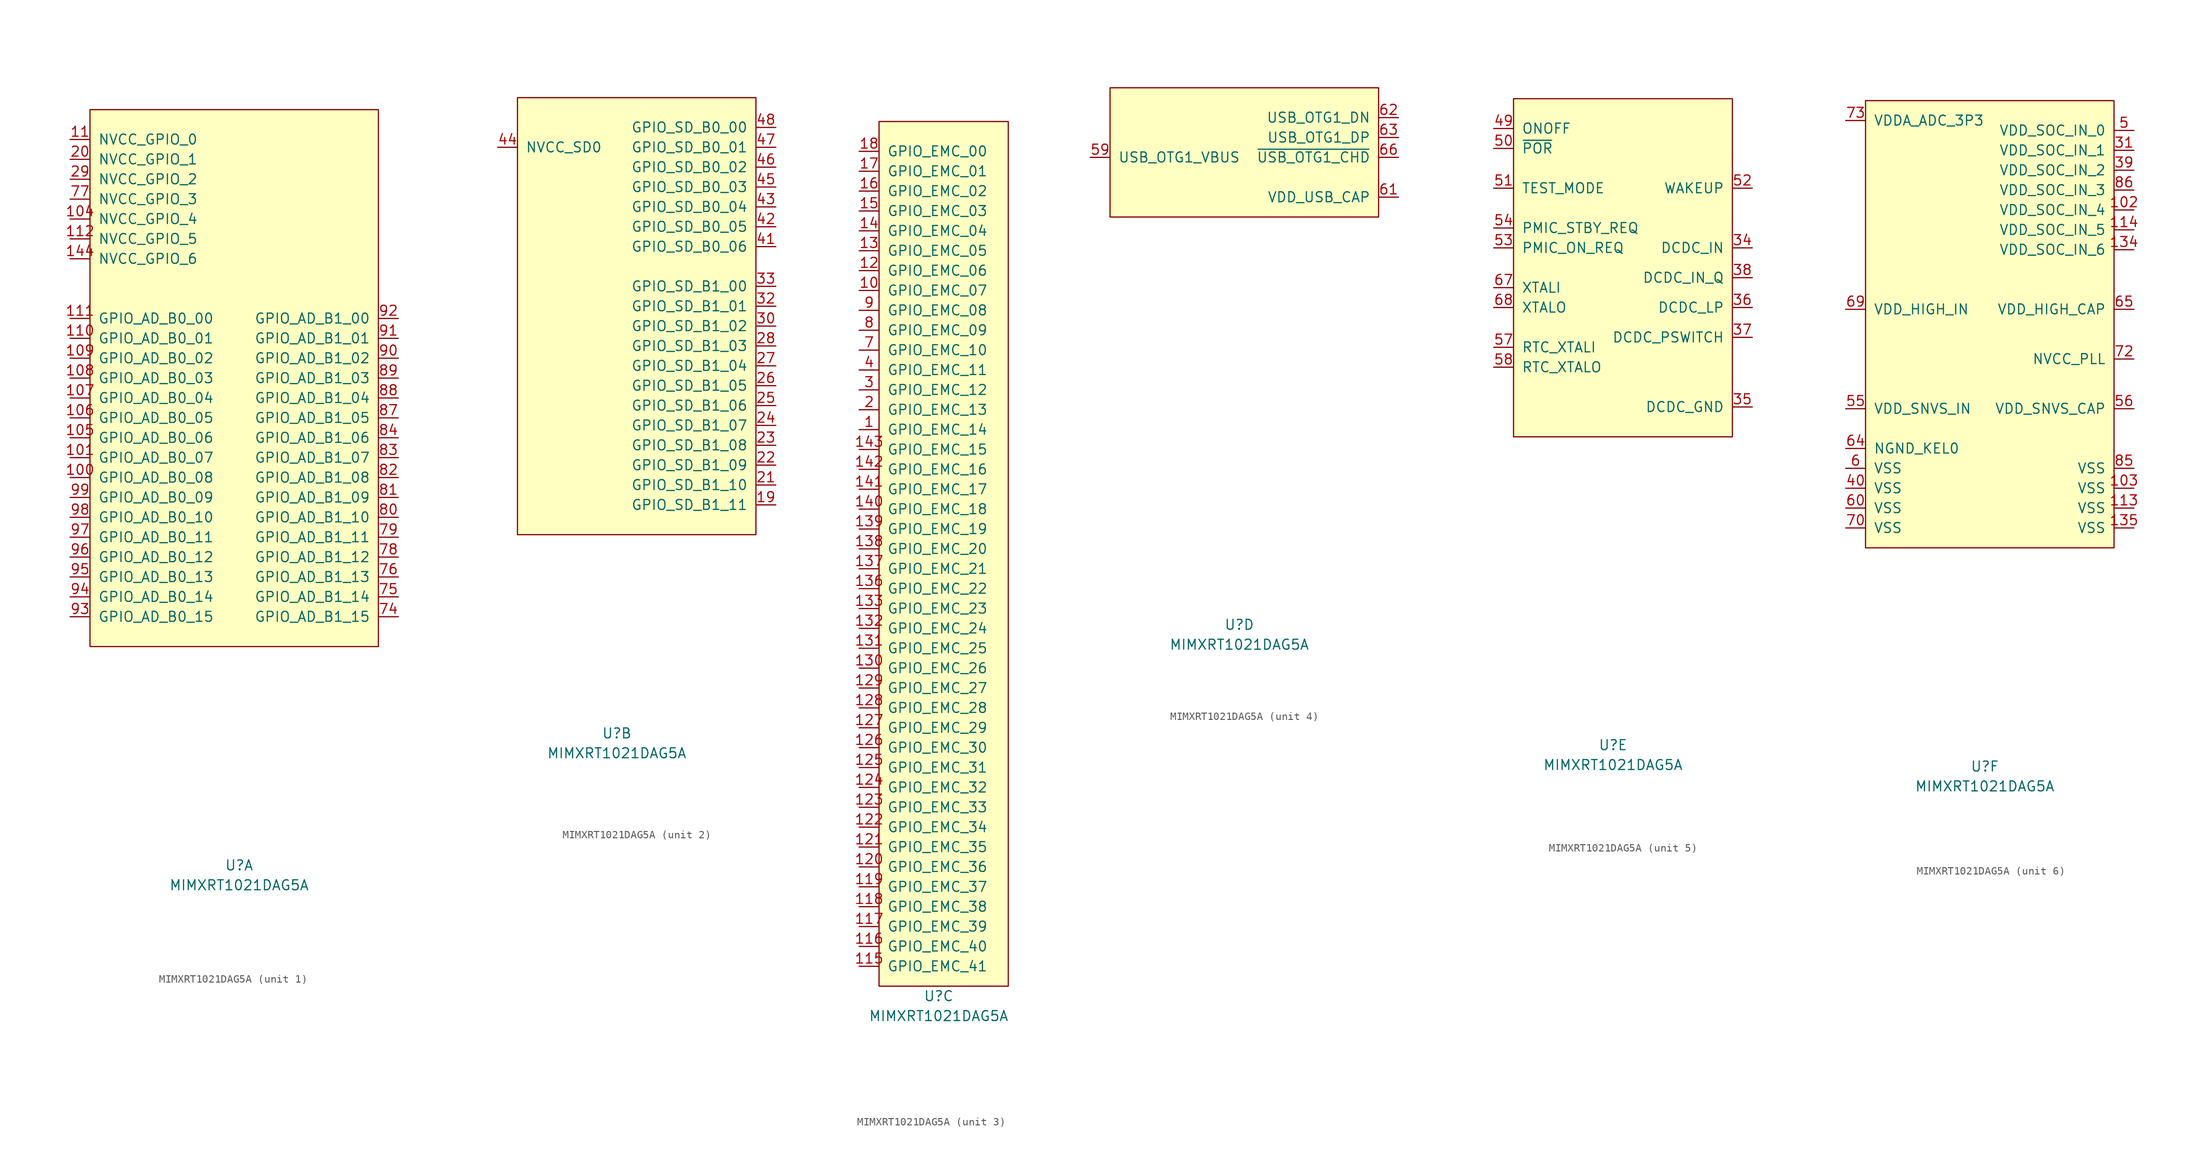
<source format=kicad_sym>
(kicad_symbol_lib
  (version 20211014)
  (generator kicad_symbol_editor)
  (symbol "MIMXRT1021DAG5A"
    (pin_names
      (offset 1.016))
    (property "Reference" "U"
      (at 0 -59.69 0)
      (effects (font (size 1.27 1.27))))
    (property "Value" "MIMXRT1021DAG5A"
      (at 0 -62.23 0)
      (effects (font (size 1.27 1.27))))
    (property "ki_locked" ""
      (at 0 0 0)
      (effects (font (size 1.27 1.27))))
    (symbol "MIMXRT1021DAG5A_1_1"
      (rectangle (start -19.05 36.83) (end 17.78 -31.75) (stroke (width 0) (type default) (color 0 0 0 0)) (fill (type background)))
      (pin bidirectional line (at -21.59 -10.16 0) (length 2.54) (name "GPIO_AD_B0_08" (effects (font (size 1.27 1.27)))) (number "100" (effects (font (size 1.27 1.27)))))
      (pin bidirectional line (at -21.59 -7.62 0) (length 2.54) (name "GPIO_AD_B0_07" (effects (font (size 1.27 1.27)))) (number "101" (effects (font (size 1.27 1.27)))))
      (pin power_in line (at -21.59 22.86 0) (length 2.54) (name "NVCC_GPIO_4" (effects (font (size 1.27 1.27)))) (number "104" (effects (font (size 1.27 1.27)))))
      (pin bidirectional line (at -21.59 -5.08 0) (length 2.54) (name "GPIO_AD_B0_06" (effects (font (size 1.27 1.27)))) (number "105" (effects (font (size 1.27 1.27)))))
      (pin bidirectional line (at -21.59 -2.54 0) (length 2.54) (name "GPIO_AD_B0_05" (effects (font (size 1.27 1.27)))) (number "106" (effects (font (size 1.27 1.27)))))
      (pin bidirectional line (at -21.59 0 0) (length 2.54) (name "GPIO_AD_B0_04" (effects (font (size 1.27 1.27)))) (number "107" (effects (font (size 1.27 1.27)))))
      (pin bidirectional line (at -21.59 2.54 0) (length 2.54) (name "GPIO_AD_B0_03" (effects (font (size 1.27 1.27)))) (number "108" (effects (font (size 1.27 1.27)))))
      (pin bidirectional line (at -21.59 5.08 0) (length 2.54) (name "GPIO_AD_B0_02" (effects (font (size 1.27 1.27)))) (number "109" (effects (font (size 1.27 1.27)))))
      (pin power_in line (at -21.59 33.02 0) (length 2.54) (name "NVCC_GPIO_0" (effects (font (size 1.27 1.27)))) (number "11" (effects (font (size 1.27 1.27)))))
      (pin bidirectional line (at -21.59 7.62 0) (length 2.54) (name "GPIO_AD_B0_01" (effects (font (size 1.27 1.27)))) (number "110" (effects (font (size 1.27 1.27)))))
      (pin bidirectional line (at -21.59 10.16 0) (length 2.54) (name "GPIO_AD_B0_00" (effects (font (size 1.27 1.27)))) (number "111" (effects (font (size 1.27 1.27)))))
      (pin power_in line (at -21.59 20.32 0) (length 2.54) (name "NVCC_GPIO_5" (effects (font (size 1.27 1.27)))) (number "112" (effects (font (size 1.27 1.27)))))
      (pin power_in line (at -21.59 17.78 0) (length 2.54) (name "NVCC_GPIO_6" (effects (font (size 1.27 1.27)))) (number "144" (effects (font (size 1.27 1.27)))))
      (pin power_in line (at -21.59 30.48 0) (length 2.54) (name "NVCC_GPIO_1" (effects (font (size 1.27 1.27)))) (number "20" (effects (font (size 1.27 1.27)))))
      (pin power_in line (at -21.59 27.94 0) (length 2.54) (name "NVCC_GPIO_2" (effects (font (size 1.27 1.27)))) (number "29" (effects (font (size 1.27 1.27)))))
      (pin bidirectional line (at 20.32 -27.94 180) (length 2.54) (name "GPIO_AD_B1_15" (effects (font (size 1.27 1.27)))) (number "74" (effects (font (size 1.27 1.27)))))
      (pin bidirectional line (at 20.32 -25.4 180) (length 2.54) (name "GPIO_AD_B1_14" (effects (font (size 1.27 1.27)))) (number "75" (effects (font (size 1.27 1.27)))))
      (pin bidirectional line (at 20.32 -22.86 180) (length 2.54) (name "GPIO_AD_B1_13" (effects (font (size 1.27 1.27)))) (number "76" (effects (font (size 1.27 1.27)))))
      (pin power_in line (at -21.59 25.4 0) (length 2.54) (name "NVCC_GPIO_3" (effects (font (size 1.27 1.27)))) (number "77" (effects (font (size 1.27 1.27)))))
      (pin bidirectional line (at 20.32 -20.32 180) (length 2.54) (name "GPIO_AD_B1_12" (effects (font (size 1.27 1.27)))) (number "78" (effects (font (size 1.27 1.27)))))
      (pin bidirectional line (at 20.32 -17.78 180) (length 2.54) (name "GPIO_AD_B1_11" (effects (font (size 1.27 1.27)))) (number "79" (effects (font (size 1.27 1.27)))))
      (pin bidirectional line (at 20.32 -15.24 180) (length 2.54) (name "GPIO_AD_B1_10" (effects (font (size 1.27 1.27)))) (number "80" (effects (font (size 1.27 1.27)))))
      (pin bidirectional line (at 20.32 -12.7 180) (length 2.54) (name "GPIO_AD_B1_09" (effects (font (size 1.27 1.27)))) (number "81" (effects (font (size 1.27 1.27)))))
      (pin bidirectional line (at 20.32 -10.16 180) (length 2.54) (name "GPIO_AD_B1_08" (effects (font (size 1.27 1.27)))) (number "82" (effects (font (size 1.27 1.27)))))
      (pin bidirectional line (at 20.32 -7.62 180) (length 2.54) (name "GPIO_AD_B1_07" (effects (font (size 1.27 1.27)))) (number "83" (effects (font (size 1.27 1.27)))))
      (pin bidirectional line (at 20.32 -5.08 180) (length 2.54) (name "GPIO_AD_B1_06" (effects (font (size 1.27 1.27)))) (number "84" (effects (font (size 1.27 1.27)))))
      (pin bidirectional line (at 20.32 -2.54 180) (length 2.54) (name "GPIO_AD_B1_05" (effects (font (size 1.27 1.27)))) (number "87" (effects (font (size 1.27 1.27)))))
      (pin bidirectional line (at 20.32 0 180) (length 2.54) (name "GPIO_AD_B1_04" (effects (font (size 1.27 1.27)))) (number "88" (effects (font (size 1.27 1.27)))))
      (pin bidirectional line (at 20.32 2.54 180) (length 2.54) (name "GPIO_AD_B1_03" (effects (font (size 1.27 1.27)))) (number "89" (effects (font (size 1.27 1.27)))))
      (pin bidirectional line (at 20.32 5.08 180) (length 2.54) (name "GPIO_AD_B1_02" (effects (font (size 1.27 1.27)))) (number "90" (effects (font (size 1.27 1.27)))))
      (pin bidirectional line (at 20.32 7.62 180) (length 2.54) (name "GPIO_AD_B1_01" (effects (font (size 1.27 1.27)))) (number "91" (effects (font (size 1.27 1.27)))))
      (pin bidirectional line (at 20.32 10.16 180) (length 2.54) (name "GPIO_AD_B1_00" (effects (font (size 1.27 1.27)))) (number "92" (effects (font (size 1.27 1.27)))))
      (pin bidirectional line (at -21.59 -27.94 0) (length 2.54) (name "GPIO_AD_B0_15" (effects (font (size 1.27 1.27)))) (number "93" (effects (font (size 1.27 1.27)))))
      (pin bidirectional line (at -21.59 -25.4 0) (length 2.54) (name "GPIO_AD_B0_14" (effects (font (size 1.27 1.27)))) (number "94" (effects (font (size 1.27 1.27)))))
      (pin bidirectional line (at -21.59 -22.86 0) (length 2.54) (name "GPIO_AD_B0_13" (effects (font (size 1.27 1.27)))) (number "95" (effects (font (size 1.27 1.27)))))
      (pin bidirectional line (at -21.59 -20.32 0) (length 2.54) (name "GPIO_AD_B0_12" (effects (font (size 1.27 1.27)))) (number "96" (effects (font (size 1.27 1.27)))))
      (pin bidirectional line (at -21.59 -17.78 0) (length 2.54) (name "GPIO_AD_B0_11" (effects (font (size 1.27 1.27)))) (number "97" (effects (font (size 1.27 1.27)))))
      (pin bidirectional line (at -21.59 -15.24 0) (length 2.54) (name "GPIO_AD_B0_10" (effects (font (size 1.27 1.27)))) (number "98" (effects (font (size 1.27 1.27)))))
      (pin bidirectional line (at -21.59 -12.7 0) (length 2.54) (name "GPIO_AD_B0_09" (effects (font (size 1.27 1.27)))) (number "99" (effects (font (size 1.27 1.27))))))
    (symbol "MIMXRT1021DAG5A_2_1"
      (rectangle (start 17.78 21.59) (end -12.7 -34.29) (stroke (width 0) (type default) (color 0 0 0 0)) (fill (type background)))
      (pin bidirectional line (at 20.32 -30.48 180) (length 2.54) (name "GPIO_SD_B1_11" (effects (font (size 1.27 1.27)))) (number "19" (effects (font (size 1.27 1.27)))))
      (pin bidirectional line (at 20.32 -27.94 180) (length 2.54) (name "GPIO_SD_B1_10" (effects (font (size 1.27 1.27)))) (number "21" (effects (font (size 1.27 1.27)))))
      (pin bidirectional line (at 20.32 -25.4 180) (length 2.54) (name "GPIO_SD_B1_09" (effects (font (size 1.27 1.27)))) (number "22" (effects (font (size 1.27 1.27)))))
      (pin bidirectional line (at 20.32 -22.86 180) (length 2.54) (name "GPIO_SD_B1_08" (effects (font (size 1.27 1.27)))) (number "23" (effects (font (size 1.27 1.27)))))
      (pin bidirectional line (at 20.32 -20.32 180) (length 2.54) (name "GPIO_SD_B1_07" (effects (font (size 1.27 1.27)))) (number "24" (effects (font (size 1.27 1.27)))))
      (pin bidirectional line (at 20.32 -17.78 180) (length 2.54) (name "GPIO_SD_B1_06" (effects (font (size 1.27 1.27)))) (number "25" (effects (font (size 1.27 1.27)))))
      (pin bidirectional line (at 20.32 -15.24 180) (length 2.54) (name "GPIO_SD_B1_05" (effects (font (size 1.27 1.27)))) (number "26" (effects (font (size 1.27 1.27)))))
      (pin bidirectional line (at 20.32 -12.7 180) (length 2.54) (name "GPIO_SD_B1_04" (effects (font (size 1.27 1.27)))) (number "27" (effects (font (size 1.27 1.27)))))
      (pin bidirectional line (at 20.32 -10.16 180) (length 2.54) (name "GPIO_SD_B1_03" (effects (font (size 1.27 1.27)))) (number "28" (effects (font (size 1.27 1.27)))))
      (pin bidirectional line (at 20.32 -7.62 180) (length 2.54) (name "GPIO_SD_B1_02" (effects (font (size 1.27 1.27)))) (number "30" (effects (font (size 1.27 1.27)))))
      (pin bidirectional line (at 20.32 -5.08 180) (length 2.54) (name "GPIO_SD_B1_01" (effects (font (size 1.27 1.27)))) (number "32" (effects (font (size 1.27 1.27)))))
      (pin bidirectional line (at 20.32 -2.54 180) (length 2.54) (name "GPIO_SD_B1_00" (effects (font (size 1.27 1.27)))) (number "33" (effects (font (size 1.27 1.27)))))
      (pin bidirectional line (at 20.32 2.54 180) (length 2.54) (name "GPIO_SD_B0_06" (effects (font (size 1.27 1.27)))) (number "41" (effects (font (size 1.27 1.27)))))
      (pin bidirectional line (at 20.32 5.08 180) (length 2.54) (name "GPIO_SD_B0_05" (effects (font (size 1.27 1.27)))) (number "42" (effects (font (size 1.27 1.27)))))
      (pin bidirectional line (at 20.32 7.62 180) (length 2.54) (name "GPIO_SD_B0_04" (effects (font (size 1.27 1.27)))) (number "43" (effects (font (size 1.27 1.27)))))
      (pin power_in line (at -15.24 15.24 0) (length 2.54) (name "NVCC_SD0" (effects (font (size 1.27 1.27)))) (number "44" (effects (font (size 1.27 1.27)))))
      (pin bidirectional line (at 20.32 10.16 180) (length 2.54) (name "GPIO_SD_B0_03" (effects (font (size 1.27 1.27)))) (number "45" (effects (font (size 1.27 1.27)))))
      (pin bidirectional line (at 20.32 12.7 180) (length 2.54) (name "GPIO_SD_B0_02" (effects (font (size 1.27 1.27)))) (number "46" (effects (font (size 1.27 1.27)))))
      (pin bidirectional line (at 20.32 15.24 180) (length 2.54) (name "GPIO_SD_B0_01" (effects (font (size 1.27 1.27)))) (number "47" (effects (font (size 1.27 1.27)))))
      (pin bidirectional line (at 20.32 17.78 180) (length 2.54) (name "GPIO_SD_B0_00" (effects (font (size 1.27 1.27)))) (number "48" (effects (font (size 1.27 1.27))))))
    (symbol "MIMXRT1021DAG5A_3_1"
      (rectangle (start -7.62 52.07) (end 8.89 -58.42) (stroke (width 0) (type default) (color 0 0 0 0)) (fill (type background)))
      (pin output line (at -10.16 12.7 0) (length 2.54) (name "GPIO_EMC_14" (effects (font (size 1.27 1.27)))) (number "1" (effects (font (size 1.27 1.27)))))
      (pin bidirectional line (at -10.16 30.48 0) (length 2.54) (name "GPIO_EMC_07" (effects (font (size 1.27 1.27)))) (number "10" (effects (font (size 1.27 1.27)))))
      (pin bidirectional line (at -10.16 -55.88 0) (length 2.54) (name "GPIO_EMC_41" (effects (font (size 1.27 1.27)))) (number "115" (effects (font (size 1.27 1.27)))))
      (pin bidirectional line (at -10.16 -53.34 0) (length 2.54) (name "GPIO_EMC_40" (effects (font (size 1.27 1.27)))) (number "116" (effects (font (size 1.27 1.27)))))
      (pin bidirectional line (at -10.16 -50.8 0) (length 2.54) (name "GPIO_EMC_39" (effects (font (size 1.27 1.27)))) (number "117" (effects (font (size 1.27 1.27)))))
      (pin bidirectional line (at -10.16 -48.26 0) (length 2.54) (name "GPIO_EMC_38" (effects (font (size 1.27 1.27)))) (number "118" (effects (font (size 1.27 1.27)))))
      (pin bidirectional line (at -10.16 -45.72 0) (length 2.54) (name "GPIO_EMC_37" (effects (font (size 1.27 1.27)))) (number "119" (effects (font (size 1.27 1.27)))))
      (pin bidirectional line (at -10.16 33.02 0) (length 2.54) (name "GPIO_EMC_06" (effects (font (size 1.27 1.27)))) (number "12" (effects (font (size 1.27 1.27)))))
      (pin bidirectional line (at -10.16 -43.18 0) (length 2.54) (name "GPIO_EMC_36" (effects (font (size 1.27 1.27)))) (number "120" (effects (font (size 1.27 1.27)))))
      (pin bidirectional line (at -10.16 -40.64 0) (length 2.54) (name "GPIO_EMC_35" (effects (font (size 1.27 1.27)))) (number "121" (effects (font (size 1.27 1.27)))))
      (pin bidirectional line (at -10.16 -38.1 0) (length 2.54) (name "GPIO_EMC_34" (effects (font (size 1.27 1.27)))) (number "122" (effects (font (size 1.27 1.27)))))
      (pin bidirectional line (at -10.16 -35.56 0) (length 2.54) (name "GPIO_EMC_33" (effects (font (size 1.27 1.27)))) (number "123" (effects (font (size 1.27 1.27)))))
      (pin bidirectional line (at -10.16 -33.02 0) (length 2.54) (name "GPIO_EMC_32" (effects (font (size 1.27 1.27)))) (number "124" (effects (font (size 1.27 1.27)))))
      (pin output line (at -10.16 -30.48 0) (length 2.54) (name "GPIO_EMC_31" (effects (font (size 1.27 1.27)))) (number "125" (effects (font (size 1.27 1.27)))))
      (pin output line (at -10.16 -27.94 0) (length 2.54) (name "GPIO_EMC_30" (effects (font (size 1.27 1.27)))) (number "126" (effects (font (size 1.27 1.27)))))
      (pin output line (at -10.16 -25.4 0) (length 2.54) (name "GPIO_EMC_29" (effects (font (size 1.27 1.27)))) (number "127" (effects (font (size 1.27 1.27)))))
      (pin output line (at -10.16 -22.86 0) (length 2.54) (name "GPIO_EMC_28" (effects (font (size 1.27 1.27)))) (number "128" (effects (font (size 1.27 1.27)))))
      (pin output line (at -10.16 -20.32 0) (length 2.54) (name "GPIO_EMC_27" (effects (font (size 1.27 1.27)))) (number "129" (effects (font (size 1.27 1.27)))))
      (pin bidirectional line (at -10.16 35.56 0) (length 2.54) (name "GPIO_EMC_05" (effects (font (size 1.27 1.27)))) (number "13" (effects (font (size 1.27 1.27)))))
      (pin output line (at -10.16 -17.78 0) (length 2.54) (name "GPIO_EMC_26" (effects (font (size 1.27 1.27)))) (number "130" (effects (font (size 1.27 1.27)))))
      (pin output line (at -10.16 -15.24 0) (length 2.54) (name "GPIO_EMC_25" (effects (font (size 1.27 1.27)))) (number "131" (effects (font (size 1.27 1.27)))))
      (pin output line (at -10.16 -12.7 0) (length 2.54) (name "GPIO_EMC_24" (effects (font (size 1.27 1.27)))) (number "132" (effects (font (size 1.27 1.27)))))
      (pin output line (at -10.16 -10.16 0) (length 2.54) (name "GPIO_EMC_23" (effects (font (size 1.27 1.27)))) (number "133" (effects (font (size 1.27 1.27)))))
      (pin output line (at -10.16 -7.62 0) (length 2.54) (name "GPIO_EMC_22" (effects (font (size 1.27 1.27)))) (number "136" (effects (font (size 1.27 1.27)))))
      (pin output line (at -10.16 -5.08 0) (length 2.54) (name "GPIO_EMC_21" (effects (font (size 1.27 1.27)))) (number "137" (effects (font (size 1.27 1.27)))))
      (pin output line (at -10.16 -2.54 0) (length 2.54) (name "GPIO_EMC_20" (effects (font (size 1.27 1.27)))) (number "138" (effects (font (size 1.27 1.27)))))
      (pin output line (at -10.16 0 0) (length 2.54) (name "GPIO_EMC_19" (effects (font (size 1.27 1.27)))) (number "139" (effects (font (size 1.27 1.27)))))
      (pin bidirectional line (at -10.16 38.1 0) (length 2.54) (name "GPIO_EMC_04" (effects (font (size 1.27 1.27)))) (number "14" (effects (font (size 1.27 1.27)))))
      (pin output line (at -10.16 2.54 0) (length 2.54) (name "GPIO_EMC_18" (effects (font (size 1.27 1.27)))) (number "140" (effects (font (size 1.27 1.27)))))
      (pin output line (at -10.16 5.08 0) (length 2.54) (name "GPIO_EMC_17" (effects (font (size 1.27 1.27)))) (number "141" (effects (font (size 1.27 1.27)))))
      (pin output line (at -10.16 7.62 0) (length 2.54) (name "GPIO_EMC_16" (effects (font (size 1.27 1.27)))) (number "142" (effects (font (size 1.27 1.27)))))
      (pin output line (at -10.16 10.16 0) (length 2.54) (name "GPIO_EMC_15" (effects (font (size 1.27 1.27)))) (number "143" (effects (font (size 1.27 1.27)))))
      (pin bidirectional line (at -10.16 40.64 0) (length 2.54) (name "GPIO_EMC_03" (effects (font (size 1.27 1.27)))) (number "15" (effects (font (size 1.27 1.27)))))
      (pin bidirectional line (at -10.16 43.18 0) (length 2.54) (name "GPIO_EMC_02" (effects (font (size 1.27 1.27)))) (number "16" (effects (font (size 1.27 1.27)))))
      (pin bidirectional line (at -10.16 45.72 0) (length 2.54) (name "GPIO_EMC_01" (effects (font (size 1.27 1.27)))) (number "17" (effects (font (size 1.27 1.27)))))
      (pin bidirectional line (at -10.16 48.26 0) (length 2.54) (name "GPIO_EMC_00" (effects (font (size 1.27 1.27)))) (number "18" (effects (font (size 1.27 1.27)))))
      (pin output line (at -10.16 15.24 0) (length 2.54) (name "GPIO_EMC_13" (effects (font (size 1.27 1.27)))) (number "2" (effects (font (size 1.27 1.27)))))
      (pin output line (at -10.16 17.78 0) (length 2.54) (name "GPIO_EMC_12" (effects (font (size 1.27 1.27)))) (number "3" (effects (font (size 1.27 1.27)))))
      (pin output line (at -10.16 20.32 0) (length 2.54) (name "GPIO_EMC_11" (effects (font (size 1.27 1.27)))) (number "4" (effects (font (size 1.27 1.27)))))
      (pin output line (at -10.16 22.86 0) (length 2.54) (name "GPIO_EMC_10" (effects (font (size 1.27 1.27)))) (number "7" (effects (font (size 1.27 1.27)))))
      (pin output line (at -10.16 25.4 0) (length 2.54) (name "GPIO_EMC_09" (effects (font (size 1.27 1.27)))) (number "8" (effects (font (size 1.27 1.27)))))
      (pin output line (at -10.16 27.94 0) (length 2.54) (name "GPIO_EMC_08" (effects (font (size 1.27 1.27)))) (number "9" (effects (font (size 1.27 1.27))))))
    (symbol "MIMXRT1021DAG5A_4_1"
      (rectangle (start -16.51 8.89) (end 17.78 -7.62) (stroke (width 0) (type default) (color 0 0 0 0)) (fill (type background)))
      (pin power_in line (at -19.05 0 0) (length 2.54) (name "USB_OTG1_VBUS" (effects (font (size 1.27 1.27)))) (number "59" (effects (font (size 1.27 1.27)))))
      (pin power_out line (at 20.32 -5.08 180) (length 2.54) (name "VDD_USB_CAP" (effects (font (size 1.27 1.27)))) (number "61" (effects (font (size 1.27 1.27)))))
      (pin power_in line (at 20.32 5.08 180) (length 2.54) (name "USB_OTG1_DN" (effects (font (size 1.27 1.27)))) (number "62" (effects (font (size 1.27 1.27)))))
      (pin power_in line (at 20.32 2.54 180) (length 2.54) (name "USB_OTG1_DP" (effects (font (size 1.27 1.27)))) (number "63" (effects (font (size 1.27 1.27)))))
      (pin bidirectional line (at 20.32 0 180) (length 2.54) (name "~{USB_OTG1_CHD}" (effects (font (size 1.27 1.27)))) (number "66" (effects (font (size 1.27 1.27))))))
    (symbol "MIMXRT1021DAG5A_5_1"
      (rectangle (start -12.7 22.86) (end 15.24 -20.32) (stroke (width 0) (type default) (color 0 0 0 0)) (fill (type background)))
      (pin power_in line (at 17.78 3.81 180) (length 2.54) (name "DCDC_IN" (effects (font (size 1.27 1.27)))) (number "34" (effects (font (size 1.27 1.27)))))
      (pin power_in line (at 17.78 -16.51 180) (length 2.54) (name "DCDC_GND" (effects (font (size 1.27 1.27)))) (number "35" (effects (font (size 1.27 1.27)))))
      (pin power_out line (at 17.78 -3.81 180) (length 2.54) (name "DCDC_LP" (effects (font (size 1.27 1.27)))) (number "36" (effects (font (size 1.27 1.27)))))
      (pin power_out line (at 17.78 -7.62 180) (length 2.54) (name "DCDC_PSWITCH" (effects (font (size 1.27 1.27)))) (number "37" (effects (font (size 1.27 1.27)))))
      (pin power_in line (at 17.78 0 180) (length 2.54) (name "DCDC_IN_Q" (effects (font (size 1.27 1.27)))) (number "38" (effects (font (size 1.27 1.27)))))
      (pin bidirectional line (at -15.24 19.05 0) (length 2.54) (name "ONOFF" (effects (font (size 1.27 1.27)))) (number "49" (effects (font (size 1.27 1.27)))))
      (pin bidirectional line (at -15.24 16.51 0) (length 2.54) (name "~{POR}" (effects (font (size 1.27 1.27)))) (number "50" (effects (font (size 1.27 1.27)))))
      (pin power_in line (at -15.24 11.43 0) (length 2.54) (name "TEST_MODE" (effects (font (size 1.27 1.27)))) (number "51" (effects (font (size 1.27 1.27)))))
      (pin bidirectional line (at 17.78 11.43 180) (length 2.54) (name "WAKEUP" (effects (font (size 1.27 1.27)))) (number "52" (effects (font (size 1.27 1.27)))))
      (pin bidirectional line (at -15.24 3.81 0) (length 2.54) (name "PMIC_ON_REQ" (effects (font (size 1.27 1.27)))) (number "53" (effects (font (size 1.27 1.27)))))
      (pin bidirectional line (at -15.24 6.35 0) (length 2.54) (name "PMIC_STBY_REQ" (effects (font (size 1.27 1.27)))) (number "54" (effects (font (size 1.27 1.27)))))
      (pin input line (at -15.24 -8.89 0) (length 2.54) (name "RTC_XTALI" (effects (font (size 1.27 1.27)))) (number "57" (effects (font (size 1.27 1.27)))))
      (pin output line (at -15.24 -11.43 0) (length 2.54) (name "RTC_XTALO" (effects (font (size 1.27 1.27)))) (number "58" (effects (font (size 1.27 1.27)))))
      (pin input line (at -15.24 -1.27 0) (length 2.54) (name "XTALI" (effects (font (size 1.27 1.27)))) (number "67" (effects (font (size 1.27 1.27)))))
      (pin output line (at -15.24 -3.81 0) (length 2.54) (name "XTALO" (effects (font (size 1.27 1.27)))) (number "68" (effects (font (size 1.27 1.27)))))
      (pin no_connect line (at -15.24 -16.51 0) (length 2.54) hide (name "GPANAIO" (effects (font (size 1.27 1.27)))) (number "71" (effects (font (size 1.27 1.27))))))
    (symbol "MIMXRT1021DAG5A_6_1"
      (rectangle (start -15.24 25.4) (end 16.51 -31.75) (stroke (width 0) (type default) (color 0 0 0 0)) (fill (type background)))
      (pin power_in line (at 19.05 11.43 180) (length 2.54) (name "VDD_SOC_IN_4" (effects (font (size 1.27 1.27)))) (number "102" (effects (font (size 1.27 1.27)))))
      (pin power_in line (at 19.05 -24.13 180) (length 2.54) (name "VSS" (effects (font (size 1.27 1.27)))) (number "103" (effects (font (size 1.27 1.27)))))
      (pin power_in line (at 19.05 -26.67 180) (length 2.54) (name "VSS" (effects (font (size 1.27 1.27)))) (number "113" (effects (font (size 1.27 1.27)))))
      (pin power_in line (at 19.05 8.89 180) (length 2.54) (name "VDD_SOC_IN_5" (effects (font (size 1.27 1.27)))) (number "114" (effects (font (size 1.27 1.27)))))
      (pin power_in line (at 19.05 6.35 180) (length 2.54) (name "VDD_SOC_IN_6" (effects (font (size 1.27 1.27)))) (number "134" (effects (font (size 1.27 1.27)))))
      (pin power_in line (at 19.05 -29.21 180) (length 2.54) (name "VSS" (effects (font (size 1.27 1.27)))) (number "135" (effects (font (size 1.27 1.27)))))
      (pin power_in line (at 19.05 19.05 180) (length 2.54) (name "VDD_SOC_IN_1" (effects (font (size 1.27 1.27)))) (number "31" (effects (font (size 1.27 1.27)))))
      (pin power_in line (at 19.05 16.51 180) (length 2.54) (name "VDD_SOC_IN_2" (effects (font (size 1.27 1.27)))) (number "39" (effects (font (size 1.27 1.27)))))
      (pin power_in line (at -17.78 -24.13 0) (length 2.54) (name "VSS" (effects (font (size 1.27 1.27)))) (number "40" (effects (font (size 1.27 1.27)))))
      (pin power_in line (at 19.05 21.59 180) (length 2.54) (name "VDD_SOC_IN_0" (effects (font (size 1.27 1.27)))) (number "5" (effects (font (size 1.27 1.27)))))
      (pin power_in line (at -17.78 -13.97 0) (length 2.54) (name "VDD_SNVS_IN" (effects (font (size 1.27 1.27)))) (number "55" (effects (font (size 1.27 1.27)))))
      (pin power_out line (at 19.05 -13.97 180) (length 2.54) (name "VDD_SNVS_CAP" (effects (font (size 1.27 1.27)))) (number "56" (effects (font (size 1.27 1.27)))))
      (pin power_in line (at -17.78 -21.59 0) (length 2.54) (name "VSS" (effects (font (size 1.27 1.27)))) (number "6" (effects (font (size 1.27 1.27)))))
      (pin power_in line (at -17.78 -26.67 0) (length 2.54) (name "VSS" (effects (font (size 1.27 1.27)))) (number "60" (effects (font (size 1.27 1.27)))))
      (pin power_in line (at -17.78 -19.05 0) (length 2.54) (name "NGND_KEL0" (effects (font (size 1.27 1.27)))) (number "64" (effects (font (size 1.27 1.27)))))
      (pin power_out line (at 19.05 -1.27 180) (length 2.54) (name "VDD_HIGH_CAP" (effects (font (size 1.27 1.27)))) (number "65" (effects (font (size 1.27 1.27)))))
      (pin power_in line (at -17.78 -1.27 0) (length 2.54) (name "VDD_HIGH_IN" (effects (font (size 1.27 1.27)))) (number "69" (effects (font (size 1.27 1.27)))))
      (pin power_in line (at -17.78 -29.21 0) (length 2.54) (name "VSS" (effects (font (size 1.27 1.27)))) (number "70" (effects (font (size 1.27 1.27)))))
      (pin power_out line (at 19.05 -7.62 180) (length 2.54) (name "NVCC_PLL" (effects (font (size 1.27 1.27)))) (number "72" (effects (font (size 1.27 1.27)))))
      (pin power_in line (at -17.78 22.86 0) (length 2.54) (name "VDDA_ADC_3P3" (effects (font (size 1.27 1.27)))) (number "73" (effects (font (size 1.27 1.27)))))
      (pin power_in line (at 19.05 -21.59 180) (length 2.54) (name "VSS" (effects (font (size 1.27 1.27)))) (number "85" (effects (font (size 1.27 1.27)))))
      (pin power_in line (at 19.05 13.97 180) (length 2.54) (name "VDD_SOC_IN_3" (effects (font (size 1.27 1.27)))) (number "86" (effects (font (size 1.27 1.27))))))))
</source>
